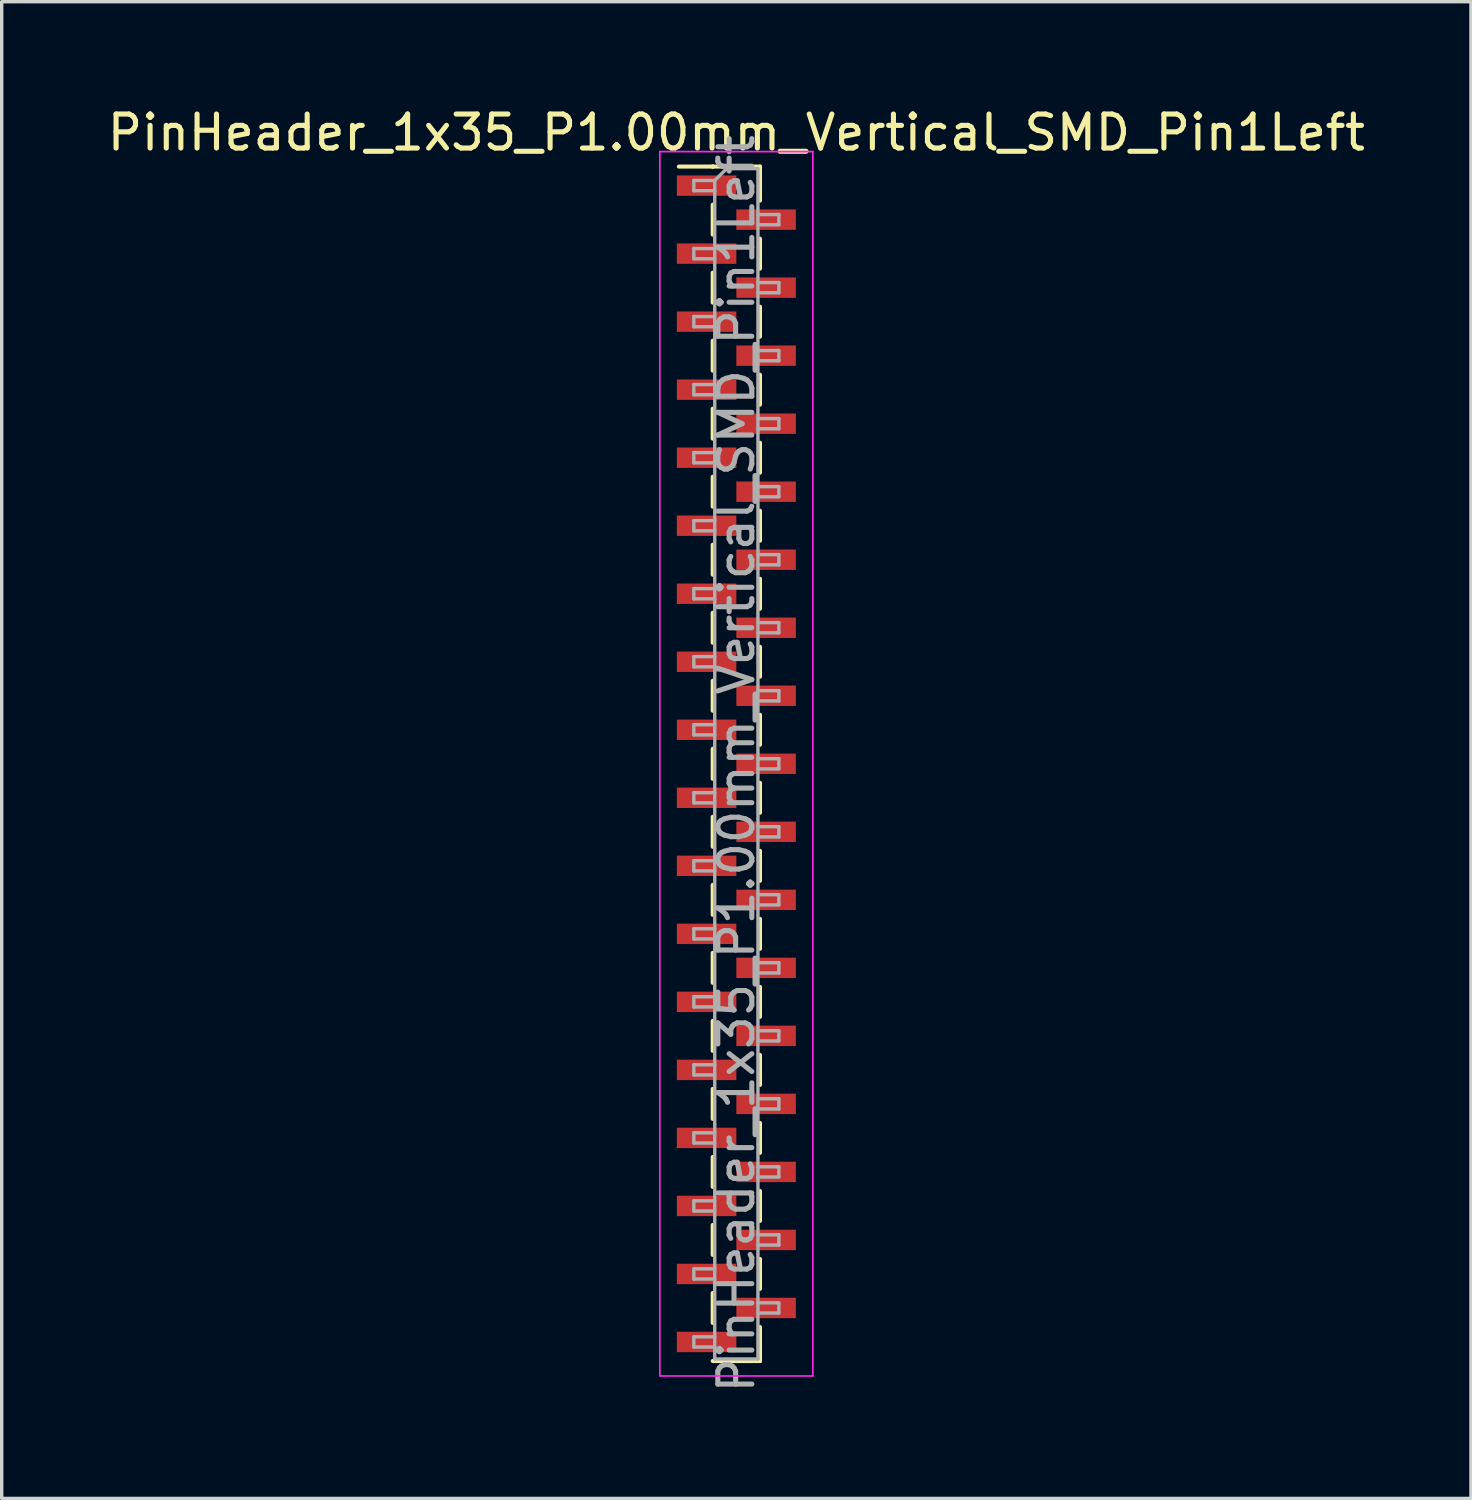
<source format=kicad_pcb>
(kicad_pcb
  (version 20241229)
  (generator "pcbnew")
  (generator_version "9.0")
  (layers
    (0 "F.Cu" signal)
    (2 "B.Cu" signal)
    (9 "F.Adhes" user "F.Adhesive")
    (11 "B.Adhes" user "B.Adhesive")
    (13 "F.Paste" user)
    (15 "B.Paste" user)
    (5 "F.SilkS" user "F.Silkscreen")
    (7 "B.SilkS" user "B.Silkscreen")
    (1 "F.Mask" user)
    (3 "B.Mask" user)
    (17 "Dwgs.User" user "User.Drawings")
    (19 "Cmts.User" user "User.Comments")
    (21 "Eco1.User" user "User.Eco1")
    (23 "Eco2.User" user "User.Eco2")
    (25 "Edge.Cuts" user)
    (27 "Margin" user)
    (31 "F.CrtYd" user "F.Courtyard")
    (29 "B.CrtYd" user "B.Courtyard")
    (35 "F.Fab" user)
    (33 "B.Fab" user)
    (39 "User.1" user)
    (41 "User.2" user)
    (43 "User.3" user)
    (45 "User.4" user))
  (footprint "PinHeader_1x35_P1.00mm_Vertical_SMD_Pin1Left"
    (layer "F.Cu")
    (at 18.601 19.408)
    (property "Reference" "PinHeader_1x35_P1.00mm_Vertical_SMD_Pin1Left" (at 0 -18.56 0) (layer "F.SilkS") (effects (font (size 1 1) (thickness 0.15))))
    (attr smd)
    (fp_line (start -0.695 -17.56) (end -1.69 -17.56) (stroke (width 0.12) (type solid)) (layer "F.SilkS"))
    (fp_line (start -0.695 -17.56) (end -0.695 -17.56) (stroke (width 0.12) (type solid)) (layer "F.SilkS"))
    (fp_line (start -0.695 -17.56) (end 0.695 -17.56) (stroke (width 0.12) (type solid)) (layer "F.SilkS"))
    (fp_line (start -0.695 -16.44) (end -0.695 -15.56) (stroke (width 0.12) (type solid)) (layer "F.SilkS"))
    (fp_line (start -0.695 -14.44) (end -0.695 -13.56) (stroke (width 0.12) (type solid)) (layer "F.SilkS"))
    (fp_line (start -0.695 -12.44) (end -0.695 -11.56) (stroke (width 0.12) (type solid)) (layer "F.SilkS"))
    (fp_line (start -0.695 -10.44) (end -0.695 -9.56) (stroke (width 0.12) (type solid)) (layer "F.SilkS"))
    (fp_line (start -0.695 -8.44) (end -0.695 -7.56) (stroke (width 0.12) (type solid)) (layer "F.SilkS"))
    (fp_line (start -0.695 -6.44) (end -0.695 -5.56) (stroke (width 0.12) (type solid)) (layer "F.SilkS"))
    (fp_line (start -0.695 -4.44) (end -0.695 -3.56) (stroke (width 0.12) (type solid)) (layer "F.SilkS"))
    (fp_line (start -0.695 -2.44) (end -0.695 -1.56) (stroke (width 0.12) (type solid)) (layer "F.SilkS"))
    (fp_line (start -0.695 -0.44) (end -0.695 0.44) (stroke (width 0.12) (type solid)) (layer "F.SilkS"))
    (fp_line (start -0.695 1.56) (end -0.695 2.44) (stroke (width 0.12) (type solid)) (layer "F.SilkS"))
    (fp_line (start -0.695 3.56) (end -0.695 4.44) (stroke (width 0.12) (type solid)) (layer "F.SilkS"))
    (fp_line (start -0.695 5.56) (end -0.695 6.44) (stroke (width 0.12) (type solid)) (layer "F.SilkS"))
    (fp_line (start -0.695 7.56) (end -0.695 8.44) (stroke (width 0.12) (type solid)) (layer "F.SilkS"))
    (fp_line (start -0.695 9.56) (end -0.695 10.44) (stroke (width 0.12) (type solid)) (layer "F.SilkS"))
    (fp_line (start -0.695 11.56) (end -0.695 12.44) (stroke (width 0.12) (type solid)) (layer "F.SilkS"))
    (fp_line (start -0.695 13.56) (end -0.695 14.44) (stroke (width 0.12) (type solid)) (layer "F.SilkS"))
    (fp_line (start -0.695 15.56) (end -0.695 16.44) (stroke (width 0.12) (type solid)) (layer "F.SilkS"))
    (fp_line (start -0.695 17.56) (end 0.695 17.56) (stroke (width 0.12) (type solid)) (layer "F.SilkS"))
    (fp_line (start 0.695 -17.56) (end 0.695 -16.56) (stroke (width 0.12) (type solid)) (layer "F.SilkS"))
    (fp_line (start 0.695 -15.44) (end 0.695 -14.56) (stroke (width 0.12) (type solid)) (layer "F.SilkS"))
    (fp_line (start 0.695 -13.44) (end 0.695 -12.56) (stroke (width 0.12) (type solid)) (layer "F.SilkS"))
    (fp_line (start 0.695 -11.44) (end 0.695 -10.56) (stroke (width 0.12) (type solid)) (layer "F.SilkS"))
    (fp_line (start 0.695 -9.44) (end 0.695 -8.56) (stroke (width 0.12) (type solid)) (layer "F.SilkS"))
    (fp_line (start 0.695 -7.44) (end 0.695 -6.56) (stroke (width 0.12) (type solid)) (layer "F.SilkS"))
    (fp_line (start 0.695 -5.44) (end 0.695 -4.56) (stroke (width 0.12) (type solid)) (layer "F.SilkS"))
    (fp_line (start 0.695 -3.44) (end 0.695 -2.56) (stroke (width 0.12) (type solid)) (layer "F.SilkS"))
    (fp_line (start 0.695 -1.44) (end 0.695 -0.56) (stroke (width 0.12) (type solid)) (layer "F.SilkS"))
    (fp_line (start 0.695 0.56) (end 0.695 1.44) (stroke (width 0.12) (type solid)) (layer "F.SilkS"))
    (fp_line (start 0.695 2.56) (end 0.695 3.44) (stroke (width 0.12) (type solid)) (layer "F.SilkS"))
    (fp_line (start 0.695 4.56) (end 0.695 5.44) (stroke (width 0.12) (type solid)) (layer "F.SilkS"))
    (fp_line (start 0.695 6.56) (end 0.695 7.44) (stroke (width 0.12) (type solid)) (layer "F.SilkS"))
    (fp_line (start 0.695 8.56) (end 0.695 9.44) (stroke (width 0.12) (type solid)) (layer "F.SilkS"))
    (fp_line (start 0.695 10.56) (end 0.695 11.44) (stroke (width 0.12) (type solid)) (layer "F.SilkS"))
    (fp_line (start 0.695 12.56) (end 0.695 13.44) (stroke (width 0.12) (type solid)) (layer "F.SilkS"))
    (fp_line (start 0.695 14.56) (end 0.695 15.44) (stroke (width 0.12) (type solid)) (layer "F.SilkS"))
    (fp_line (start 0.695 16.56) (end 0.695 17.56) (stroke (width 0.12) (type solid)) (layer "F.SilkS"))
    (fp_line (start 0.695 17.56) (end 0.695 17.56) (stroke (width 0.12) (type solid)) (layer "F.SilkS"))
    (fp_line (start -2.25 -18) (end -2.25 18) (stroke (width 0.05) (type solid)) (layer "F.CrtYd"))
    (fp_line (start -2.25 18) (end 2.25 18) (stroke (width 0.05) (type solid)) (layer "F.CrtYd"))
    (fp_line (start 2.25 -18) (end -2.25 -18) (stroke (width 0.05) (type solid)) (layer "F.CrtYd"))
    (fp_line (start 2.25 18) (end 2.25 -18) (stroke (width 0.05) (type solid)) (layer "F.CrtYd"))
    (fp_line (start -1.25 -17.15) (end -1.25 -16.85) (stroke (width 0.1) (type solid)) (layer "F.Fab"))
    (fp_line (start -1.25 -16.85) (end -0.635 -16.85) (stroke (width 0.1) (type solid)) (layer "F.Fab"))
    (fp_line (start -1.25 -15.15) (end -1.25 -14.85) (stroke (width 0.1) (type solid)) (layer "F.Fab"))
    (fp_line (start -1.25 -14.85) (end -0.635 -14.85) (stroke (width 0.1) (type solid)) (layer "F.Fab"))
    (fp_line (start -1.25 -13.15) (end -1.25 -12.85) (stroke (width 0.1) (type solid)) (layer "F.Fab"))
    (fp_line (start -1.25 -12.85) (end -0.635 -12.85) (stroke (width 0.1) (type solid)) (layer "F.Fab"))
    (fp_line (start -1.25 -11.15) (end -1.25 -10.85) (stroke (width 0.1) (type solid)) (layer "F.Fab"))
    (fp_line (start -1.25 -10.85) (end -0.635 -10.85) (stroke (width 0.1) (type solid)) (layer "F.Fab"))
    (fp_line (start -1.25 -9.15) (end -1.25 -8.85) (stroke (width 0.1) (type solid)) (layer "F.Fab"))
    (fp_line (start -1.25 -8.85) (end -0.635 -8.85) (stroke (width 0.1) (type solid)) (layer "F.Fab"))
    (fp_line (start -1.25 -7.15) (end -1.25 -6.85) (stroke (width 0.1) (type solid)) (layer "F.Fab"))
    (fp_line (start -1.25 -6.85) (end -0.635 -6.85) (stroke (width 0.1) (type solid)) (layer "F.Fab"))
    (fp_line (start -1.25 -5.15) (end -1.25 -4.85) (stroke (width 0.1) (type solid)) (layer "F.Fab"))
    (fp_line (start -1.25 -4.85) (end -0.635 -4.85) (stroke (width 0.1) (type solid)) (layer "F.Fab"))
    (fp_line (start -1.25 -3.15) (end -1.25 -2.85) (stroke (width 0.1) (type solid)) (layer "F.Fab"))
    (fp_line (start -1.25 -2.85) (end -0.635 -2.85) (stroke (width 0.1) (type solid)) (layer "F.Fab"))
    (fp_line (start -1.25 -1.15) (end -1.25 -0.85) (stroke (width 0.1) (type solid)) (layer "F.Fab"))
    (fp_line (start -1.25 -0.85) (end -0.635 -0.85) (stroke (width 0.1) (type solid)) (layer "F.Fab"))
    (fp_line (start -1.25 0.85) (end -1.25 1.15) (stroke (width 0.1) (type solid)) (layer "F.Fab"))
    (fp_line (start -1.25 1.15) (end -0.635 1.15) (stroke (width 0.1) (type solid)) (layer "F.Fab"))
    (fp_line (start -1.25 2.85) (end -1.25 3.15) (stroke (width 0.1) (type solid)) (layer "F.Fab"))
    (fp_line (start -1.25 3.15) (end -0.635 3.15) (stroke (width 0.1) (type solid)) (layer "F.Fab"))
    (fp_line (start -1.25 4.85) (end -1.25 5.15) (stroke (width 0.1) (type solid)) (layer "F.Fab"))
    (fp_line (start -1.25 5.15) (end -0.635 5.15) (stroke (width 0.1) (type solid)) (layer "F.Fab"))
    (fp_line (start -1.25 6.85) (end -1.25 7.15) (stroke (width 0.1) (type solid)) (layer "F.Fab"))
    (fp_line (start -1.25 7.15) (end -0.635 7.15) (stroke (width 0.1) (type solid)) (layer "F.Fab"))
    (fp_line (start -1.25 8.85) (end -1.25 9.15) (stroke (width 0.1) (type solid)) (layer "F.Fab"))
    (fp_line (start -1.25 9.15) (end -0.635 9.15) (stroke (width 0.1) (type solid)) (layer "F.Fab"))
    (fp_line (start -1.25 10.85) (end -1.25 11.15) (stroke (width 0.1) (type solid)) (layer "F.Fab"))
    (fp_line (start -1.25 11.15) (end -0.635 11.15) (stroke (width 0.1) (type solid)) (layer "F.Fab"))
    (fp_line (start -1.25 12.85) (end -1.25 13.15) (stroke (width 0.1) (type solid)) (layer "F.Fab"))
    (fp_line (start -1.25 13.15) (end -0.635 13.15) (stroke (width 0.1) (type solid)) (layer "F.Fab"))
    (fp_line (start -1.25 14.85) (end -1.25 15.15) (stroke (width 0.1) (type solid)) (layer "F.Fab"))
    (fp_line (start -1.25 15.15) (end -0.635 15.15) (stroke (width 0.1) (type solid)) (layer "F.Fab"))
    (fp_line (start -1.25 16.85) (end -1.25 17.15) (stroke (width 0.1) (type solid)) (layer "F.Fab"))
    (fp_line (start -1.25 17.15) (end -0.635 17.15) (stroke (width 0.1) (type solid)) (layer "F.Fab"))
    (fp_line (start -0.635 -17.15) (end -1.25 -17.15) (stroke (width 0.1) (type solid)) (layer "F.Fab"))
    (fp_line (start -0.635 -17.15) (end -0.285 -17.5) (stroke (width 0.1) (type solid)) (layer "F.Fab"))
    (fp_line (start -0.635 -15.15) (end -1.25 -15.15) (stroke (width 0.1) (type solid)) (layer "F.Fab"))
    (fp_line (start -0.635 -13.15) (end -1.25 -13.15) (stroke (width 0.1) (type solid)) (layer "F.Fab"))
    (fp_line (start -0.635 -11.15) (end -1.25 -11.15) (stroke (width 0.1) (type solid)) (layer "F.Fab"))
    (fp_line (start -0.635 -9.15) (end -1.25 -9.15) (stroke (width 0.1) (type solid)) (layer "F.Fab"))
    (fp_line (start -0.635 -7.15) (end -1.25 -7.15) (stroke (width 0.1) (type solid)) (layer "F.Fab"))
    (fp_line (start -0.635 -5.15) (end -1.25 -5.15) (stroke (width 0.1) (type solid)) (layer "F.Fab"))
    (fp_line (start -0.635 -3.15) (end -1.25 -3.15) (stroke (width 0.1) (type solid)) (layer "F.Fab"))
    (fp_line (start -0.635 -1.15) (end -1.25 -1.15) (stroke (width 0.1) (type solid)) (layer "F.Fab"))
    (fp_line (start -0.635 0.85) (end -1.25 0.85) (stroke (width 0.1) (type solid)) (layer "F.Fab"))
    (fp_line (start -0.635 2.85) (end -1.25 2.85) (stroke (width 0.1) (type solid)) (layer "F.Fab"))
    (fp_line (start -0.635 4.85) (end -1.25 4.85) (stroke (width 0.1) (type solid)) (layer "F.Fab"))
    (fp_line (start -0.635 6.85) (end -1.25 6.85) (stroke (width 0.1) (type solid)) (layer "F.Fab"))
    (fp_line (start -0.635 8.85) (end -1.25 8.85) (stroke (width 0.1) (type solid)) (layer "F.Fab"))
    (fp_line (start -0.635 10.85) (end -1.25 10.85) (stroke (width 0.1) (type solid)) (layer "F.Fab"))
    (fp_line (start -0.635 12.85) (end -1.25 12.85) (stroke (width 0.1) (type solid)) (layer "F.Fab"))
    (fp_line (start -0.635 14.85) (end -1.25 14.85) (stroke (width 0.1) (type solid)) (layer "F.Fab"))
    (fp_line (start -0.635 16.85) (end -1.25 16.85) (stroke (width 0.1) (type solid)) (layer "F.Fab"))
    (fp_line (start -0.635 17.5) (end -0.635 -17.15) (stroke (width 0.1) (type solid)) (layer "F.Fab"))
    (fp_line (start -0.285 -17.5) (end 0.635 -17.5) (stroke (width 0.1) (type solid)) (layer "F.Fab"))
    (fp_line (start 0.635 -17.5) (end 0.635 17.5) (stroke (width 0.1) (type solid)) (layer "F.Fab"))
    (fp_line (start 0.635 -16.15) (end 1.25 -16.15) (stroke (width 0.1) (type solid)) (layer "F.Fab"))
    (fp_line (start 0.635 -14.15) (end 1.25 -14.15) (stroke (width 0.1) (type solid)) (layer "F.Fab"))
    (fp_line (start 0.635 -12.15) (end 1.25 -12.15) (stroke (width 0.1) (type solid)) (layer "F.Fab"))
    (fp_line (start 0.635 -10.15) (end 1.25 -10.15) (stroke (width 0.1) (type solid)) (layer "F.Fab"))
    (fp_line (start 0.635 -8.15) (end 1.25 -8.15) (stroke (width 0.1) (type solid)) (layer "F.Fab"))
    (fp_line (start 0.635 -6.15) (end 1.25 -6.15) (stroke (width 0.1) (type solid)) (layer "F.Fab"))
    (fp_line (start 0.635 -4.15) (end 1.25 -4.15) (stroke (width 0.1) (type solid)) (layer "F.Fab"))
    (fp_line (start 0.635 -2.15) (end 1.25 -2.15) (stroke (width 0.1) (type solid)) (layer "F.Fab"))
    (fp_line (start 0.635 -0.15) (end 1.25 -0.15) (stroke (width 0.1) (type solid)) (layer "F.Fab"))
    (fp_line (start 0.635 1.85) (end 1.25 1.85) (stroke (width 0.1) (type solid)) (layer "F.Fab"))
    (fp_line (start 0.635 3.85) (end 1.25 3.85) (stroke (width 0.1) (type solid)) (layer "F.Fab"))
    (fp_line (start 0.635 5.85) (end 1.25 5.85) (stroke (width 0.1) (type solid)) (layer "F.Fab"))
    (fp_line (start 0.635 7.85) (end 1.25 7.85) (stroke (width 0.1) (type solid)) (layer "F.Fab"))
    (fp_line (start 0.635 9.85) (end 1.25 9.85) (stroke (width 0.1) (type solid)) (layer "F.Fab"))
    (fp_line (start 0.635 11.85) (end 1.25 11.85) (stroke (width 0.1) (type solid)) (layer "F.Fab"))
    (fp_line (start 0.635 13.85) (end 1.25 13.85) (stroke (width 0.1) (type solid)) (layer "F.Fab"))
    (fp_line (start 0.635 15.85) (end 1.25 15.85) (stroke (width 0.1) (type solid)) (layer "F.Fab"))
    (fp_line (start 0.635 17.5) (end -0.635 17.5) (stroke (width 0.1) (type solid)) (layer "F.Fab"))
    (fp_line (start 1.25 -16.15) (end 1.25 -15.85) (stroke (width 0.1) (type solid)) (layer "F.Fab"))
    (fp_line (start 1.25 -15.85) (end 0.635 -15.85) (stroke (width 0.1) (type solid)) (layer "F.Fab"))
    (fp_line (start 1.25 -14.15) (end 1.25 -13.85) (stroke (width 0.1) (type solid)) (layer "F.Fab"))
    (fp_line (start 1.25 -13.85) (end 0.635 -13.85) (stroke (width 0.1) (type solid)) (layer "F.Fab"))
    (fp_line (start 1.25 -12.15) (end 1.25 -11.85) (stroke (width 0.1) (type solid)) (layer "F.Fab"))
    (fp_line (start 1.25 -11.85) (end 0.635 -11.85) (stroke (width 0.1) (type solid)) (layer "F.Fab"))
    (fp_line (start 1.25 -10.15) (end 1.25 -9.85) (stroke (width 0.1) (type solid)) (layer "F.Fab"))
    (fp_line (start 1.25 -9.85) (end 0.635 -9.85) (stroke (width 0.1) (type solid)) (layer "F.Fab"))
    (fp_line (start 1.25 -8.15) (end 1.25 -7.85) (stroke (width 0.1) (type solid)) (layer "F.Fab"))
    (fp_line (start 1.25 -7.85) (end 0.635 -7.85) (stroke (width 0.1) (type solid)) (layer "F.Fab"))
    (fp_line (start 1.25 -6.15) (end 1.25 -5.85) (stroke (width 0.1) (type solid)) (layer "F.Fab"))
    (fp_line (start 1.25 -5.85) (end 0.635 -5.85) (stroke (width 0.1) (type solid)) (layer "F.Fab"))
    (fp_line (start 1.25 -4.15) (end 1.25 -3.85) (stroke (width 0.1) (type solid)) (layer "F.Fab"))
    (fp_line (start 1.25 -3.85) (end 0.635 -3.85) (stroke (width 0.1) (type solid)) (layer "F.Fab"))
    (fp_line (start 1.25 -2.15) (end 1.25 -1.85) (stroke (width 0.1) (type solid)) (layer "F.Fab"))
    (fp_line (start 1.25 -1.85) (end 0.635 -1.85) (stroke (width 0.1) (type solid)) (layer "F.Fab"))
    (fp_line (start 1.25 -0.15) (end 1.25 0.15) (stroke (width 0.1) (type solid)) (layer "F.Fab"))
    (fp_line (start 1.25 0.15) (end 0.635 0.15) (stroke (width 0.1) (type solid)) (layer "F.Fab"))
    (fp_line (start 1.25 1.85) (end 1.25 2.15) (stroke (width 0.1) (type solid)) (layer "F.Fab"))
    (fp_line (start 1.25 2.15) (end 0.635 2.15) (stroke (width 0.1) (type solid)) (layer "F.Fab"))
    (fp_line (start 1.25 3.85) (end 1.25 4.15) (stroke (width 0.1) (type solid)) (layer "F.Fab"))
    (fp_line (start 1.25 4.15) (end 0.635 4.15) (stroke (width 0.1) (type solid)) (layer "F.Fab"))
    (fp_line (start 1.25 5.85) (end 1.25 6.15) (stroke (width 0.1) (type solid)) (layer "F.Fab"))
    (fp_line (start 1.25 6.15) (end 0.635 6.15) (stroke (width 0.1) (type solid)) (layer "F.Fab"))
    (fp_line (start 1.25 7.85) (end 1.25 8.15) (stroke (width 0.1) (type solid)) (layer "F.Fab"))
    (fp_line (start 1.25 8.15) (end 0.635 8.15) (stroke (width 0.1) (type solid)) (layer "F.Fab"))
    (fp_line (start 1.25 9.85) (end 1.25 10.15) (stroke (width 0.1) (type solid)) (layer "F.Fab"))
    (fp_line (start 1.25 10.15) (end 0.635 10.15) (stroke (width 0.1) (type solid)) (layer "F.Fab"))
    (fp_line (start 1.25 11.85) (end 1.25 12.15) (stroke (width 0.1) (type solid)) (layer "F.Fab"))
    (fp_line (start 1.25 12.15) (end 0.635 12.15) (stroke (width 0.1) (type solid)) (layer "F.Fab"))
    (fp_line (start 1.25 13.85) (end 1.25 14.15) (stroke (width 0.1) (type solid)) (layer "F.Fab"))
    (fp_line (start 1.25 14.15) (end 0.635 14.15) (stroke (width 0.1) (type solid)) (layer "F.Fab"))
    (fp_line (start 1.25 15.85) (end 1.25 16.15) (stroke (width 0.1) (type solid)) (layer "F.Fab"))
    (fp_line (start 1.25 16.15) (end 0.635 16.15) (stroke (width 0.1) (type solid)) (layer "F.Fab"))
    (fp_text user "${REFERENCE}" (at 0 0 90) (layer "F.Fab") (effects (font (size 1 1) (thickness 0.15))))
    (pad "1" smd rect (at -0.875 -17) (size 1.75 0.6) (layers "F.Cu" "F.Mask" "F.Paste"))
    (pad "2" smd rect (at 0.875 -16) (size 1.75 0.6) (layers "F.Cu" "F.Mask" "F.Paste"))
    (pad "3" smd rect (at -0.875 -15) (size 1.75 0.6) (layers "F.Cu" "F.Mask" "F.Paste"))
    (pad "4" smd rect (at 0.875 -14) (size 1.75 0.6) (layers "F.Cu" "F.Mask" "F.Paste"))
    (pad "5" smd rect (at -0.875 -13) (size 1.75 0.6) (layers "F.Cu" "F.Mask" "F.Paste"))
    (pad "6" smd rect (at 0.875 -12) (size 1.75 0.6) (layers "F.Cu" "F.Mask" "F.Paste"))
    (pad "7" smd rect (at -0.875 -11) (size 1.75 0.6) (layers "F.Cu" "F.Mask" "F.Paste"))
    (pad "8" smd rect (at 0.875 -10) (size 1.75 0.6) (layers "F.Cu" "F.Mask" "F.Paste"))
    (pad "9" smd rect (at -0.875 -9) (size 1.75 0.6) (layers "F.Cu" "F.Mask" "F.Paste"))
    (pad "10" smd rect (at 0.875 -8) (size 1.75 0.6) (layers "F.Cu" "F.Mask" "F.Paste"))
    (pad "11" smd rect (at -0.875 -7) (size 1.75 0.6) (layers "F.Cu" "F.Mask" "F.Paste"))
    (pad "12" smd rect (at 0.875 -6) (size 1.75 0.6) (layers "F.Cu" "F.Mask" "F.Paste"))
    (pad "13" smd rect (at -0.875 -5) (size 1.75 0.6) (layers "F.Cu" "F.Mask" "F.Paste"))
    (pad "14" smd rect (at 0.875 -4) (size 1.75 0.6) (layers "F.Cu" "F.Mask" "F.Paste"))
    (pad "15" smd rect (at -0.875 -3) (size 1.75 0.6) (layers "F.Cu" "F.Mask" "F.Paste"))
    (pad "16" smd rect (at 0.875 -2) (size 1.75 0.6) (layers "F.Cu" "F.Mask" "F.Paste"))
    (pad "17" smd rect (at -0.875 -1) (size 1.75 0.6) (layers "F.Cu" "F.Mask" "F.Paste"))
    (pad "18" smd rect (at 0.875 0) (size 1.75 0.6) (layers "F.Cu" "F.Mask" "F.Paste"))
    (pad "19" smd rect (at -0.875 1) (size 1.75 0.6) (layers "F.Cu" "F.Mask" "F.Paste"))
    (pad "20" smd rect (at 0.875 2) (size 1.75 0.6) (layers "F.Cu" "F.Mask" "F.Paste"))
    (pad "21" smd rect (at -0.875 3) (size 1.75 0.6) (layers "F.Cu" "F.Mask" "F.Paste"))
    (pad "22" smd rect (at 0.875 4) (size 1.75 0.6) (layers "F.Cu" "F.Mask" "F.Paste"))
    (pad "23" smd rect (at -0.875 5) (size 1.75 0.6) (layers "F.Cu" "F.Mask" "F.Paste"))
    (pad "24" smd rect (at 0.875 6) (size 1.75 0.6) (layers "F.Cu" "F.Mask" "F.Paste"))
    (pad "25" smd rect (at -0.875 7) (size 1.75 0.6) (layers "F.Cu" "F.Mask" "F.Paste"))
    (pad "26" smd rect (at 0.875 8) (size 1.75 0.6) (layers "F.Cu" "F.Mask" "F.Paste"))
    (pad "27" smd rect (at -0.875 9) (size 1.75 0.6) (layers "F.Cu" "F.Mask" "F.Paste"))
    (pad "28" smd rect (at 0.875 10) (size 1.75 0.6) (layers "F.Cu" "F.Mask" "F.Paste"))
    (pad "29" smd rect (at -0.875 11) (size 1.75 0.6) (layers "F.Cu" "F.Mask" "F.Paste"))
    (pad "30" smd rect (at 0.875 12) (size 1.75 0.6) (layers "F.Cu" "F.Mask" "F.Paste"))
    (pad "31" smd rect (at -0.875 13) (size 1.75 0.6) (layers "F.Cu" "F.Mask" "F.Paste"))
    (pad "32" smd rect (at 0.875 14) (size 1.75 0.6) (layers "F.Cu" "F.Mask" "F.Paste"))
    (pad "33" smd rect (at -0.875 15) (size 1.75 0.6) (layers "F.Cu" "F.Mask" "F.Paste"))
    (pad "34" smd rect (at 0.875 16) (size 1.75 0.6) (layers "F.Cu" "F.Mask" "F.Paste"))
    (pad "35" smd rect (at -0.875 17) (size 1.75 0.6) (layers "F.Cu" "F.Mask" "F.Paste")))
  (gr_rect
    (start -3 -3)
    (end 40.202 41.009)
    (stroke (width 0.1) (type default))
    (fill no)
    (layer "Edge.Cuts")))
</source>
